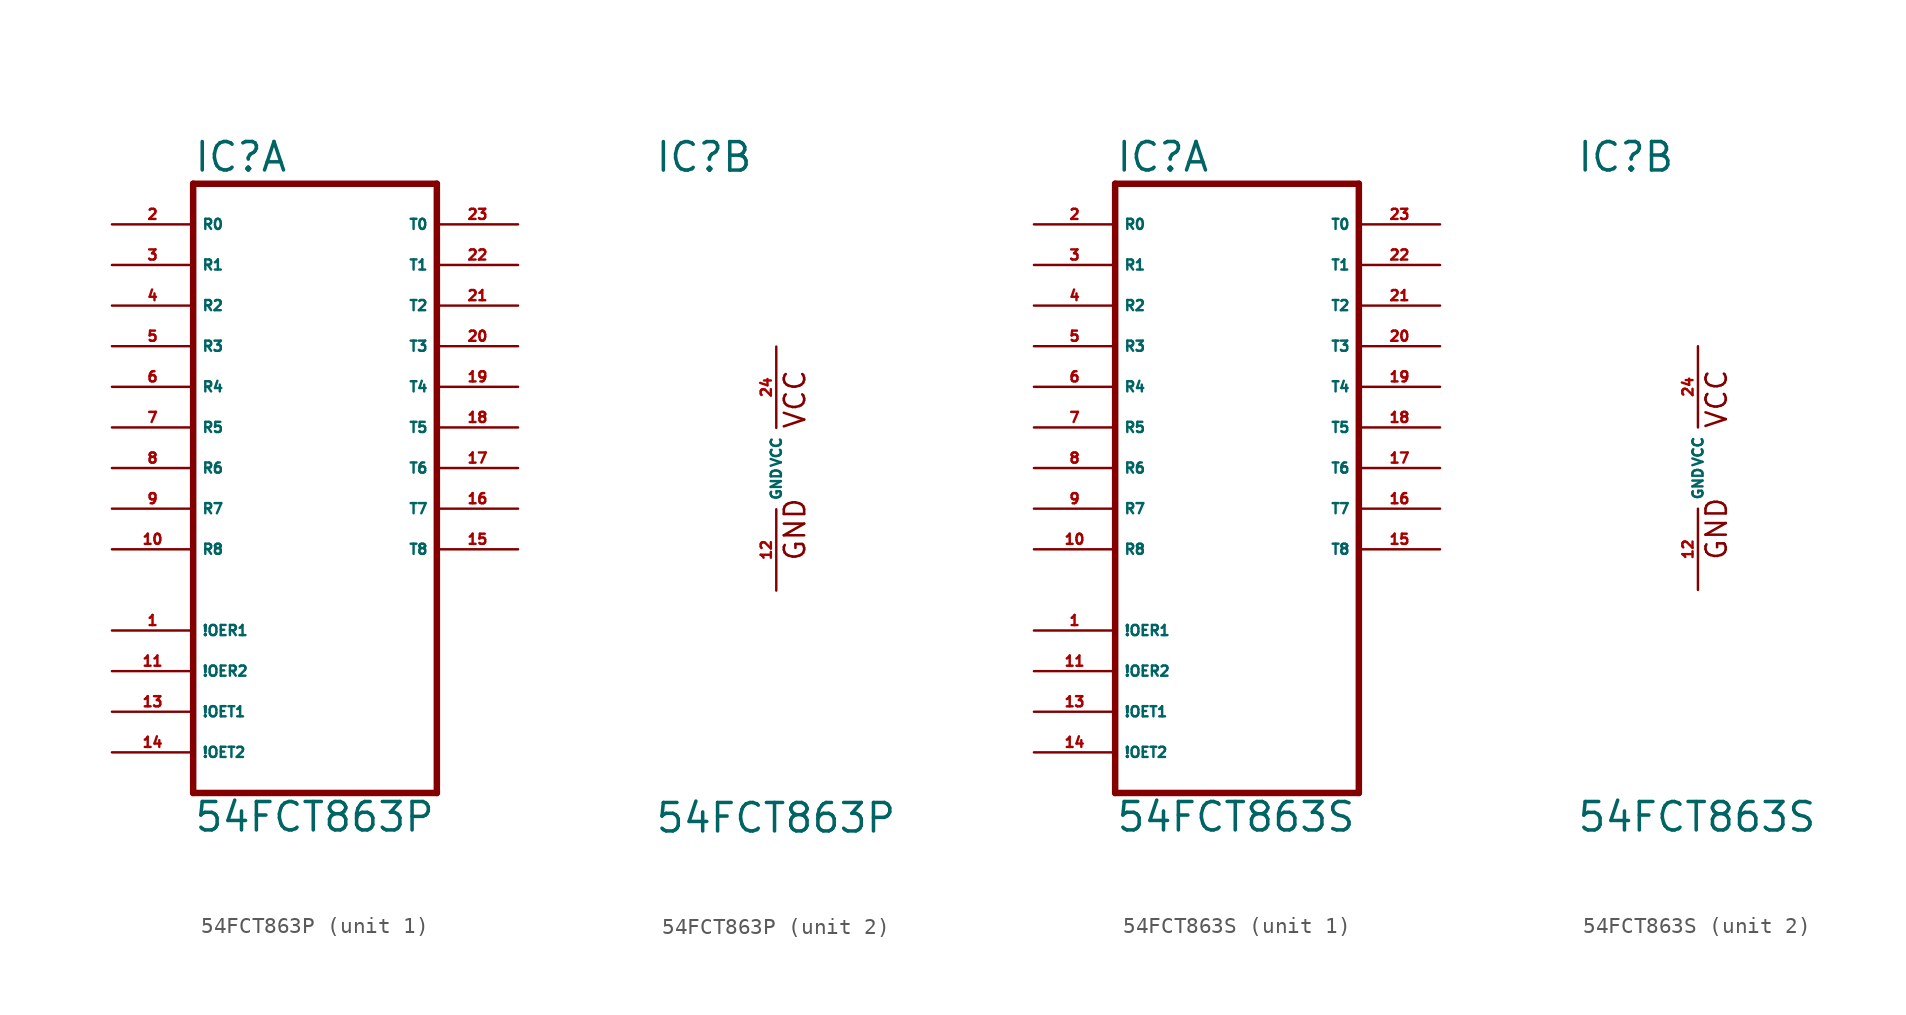
<source format=kicad_sym>
(kicad_symbol_lib
  (version 20220914)
  (generator Eagle2Kicad)
  (symbol "54FCT863P"
    (property "Reference" "IC"
      (at -7.62 18.415 0)
      (effects (font (size 1.778 1.778) (thickness 0.22)) (justify left bottom)))
    (property "Value" "54FCT863P"
      (at -7.62 -22.86 0)
      (effects (font (size 1.778 1.778) (thickness 0.22)) (justify left bottom)))
    (symbol "54FCT863P_1_0"
      (polyline (pts (xy -7.62 -20.32) (xy 7.62 -20.32)) (stroke (width 0.406) (type default)) (fill (type none)))
      (polyline (pts (xy 7.62 -20.32) (xy 7.62 17.78)) (stroke (width 0.406) (type default)) (fill (type none)))
      (polyline (pts (xy 7.62 17.78) (xy -7.62 17.78)) (stroke (width 0.406) (type default)) (fill (type none)))
      (polyline (pts (xy -7.62 17.78) (xy -7.62 -20.32)) (stroke (width 0.406) (type default)) (fill (type none)))
      (pin bidirectional line (at -12.7 15.24 0) (length 5.08) (name "R0" (effects (font (size 0.635 0.635) (thickness 0.08)) (justify left bottom))) (number "2" (effects (font (size 0.635 0.635) (thickness 0.08)) (justify left bottom))))
      (pin bidirectional line (at -12.7 12.7 0) (length 5.08) (name "R1" (effects (font (size 0.635 0.635) (thickness 0.08)) (justify left bottom))) (number "3" (effects (font (size 0.635 0.635) (thickness 0.08)) (justify left bottom))))
      (pin bidirectional line (at -12.7 10.16 0) (length 5.08) (name "R2" (effects (font (size 0.635 0.635) (thickness 0.08)) (justify left bottom))) (number "4" (effects (font (size 0.635 0.635) (thickness 0.08)) (justify left bottom))))
      (pin bidirectional line (at -12.7 7.62 0) (length 5.08) (name "R3" (effects (font (size 0.635 0.635) (thickness 0.08)) (justify left bottom))) (number "5" (effects (font (size 0.635 0.635) (thickness 0.08)) (justify left bottom))))
      (pin bidirectional line (at -12.7 5.08 0) (length 5.08) (name "R4" (effects (font (size 0.635 0.635) (thickness 0.08)) (justify left bottom))) (number "6" (effects (font (size 0.635 0.635) (thickness 0.08)) (justify left bottom))))
      (pin bidirectional line (at -12.7 2.54 0) (length 5.08) (name "R5" (effects (font (size 0.635 0.635) (thickness 0.08)) (justify left bottom))) (number "7" (effects (font (size 0.635 0.635) (thickness 0.08)) (justify left bottom))))
      (pin bidirectional line (at -12.7 0 0) (length 5.08) (name "R6" (effects (font (size 0.635 0.635) (thickness 0.08)) (justify left bottom))) (number "8" (effects (font (size 0.635 0.635) (thickness 0.08)) (justify left bottom))))
      (pin bidirectional line (at -12.7 -2.54 0) (length 5.08) (name "R7" (effects (font (size 0.635 0.635) (thickness 0.08)) (justify left bottom))) (number "9" (effects (font (size 0.635 0.635) (thickness 0.08)) (justify left bottom))))
      (pin bidirectional line (at 12.7 15.24 180) (length 5.08) (name "T0" (effects (font (size 0.635 0.635) (thickness 0.08)) (justify left bottom))) (number "23" (effects (font (size 0.635 0.635) (thickness 0.08)) (justify left bottom))))
      (pin bidirectional line (at 12.7 12.7 180) (length 5.08) (name "T1" (effects (font (size 0.635 0.635) (thickness 0.08)) (justify left bottom))) (number "22" (effects (font (size 0.635 0.635) (thickness 0.08)) (justify left bottom))))
      (pin bidirectional line (at 12.7 10.16 180) (length 5.08) (name "T2" (effects (font (size 0.635 0.635) (thickness 0.08)) (justify left bottom))) (number "21" (effects (font (size 0.635 0.635) (thickness 0.08)) (justify left bottom))))
      (pin bidirectional line (at 12.7 7.62 180) (length 5.08) (name "T3" (effects (font (size 0.635 0.635) (thickness 0.08)) (justify left bottom))) (number "20" (effects (font (size 0.635 0.635) (thickness 0.08)) (justify left bottom))))
      (pin bidirectional line (at 12.7 5.08 180) (length 5.08) (name "T4" (effects (font (size 0.635 0.635) (thickness 0.08)) (justify left bottom))) (number "19" (effects (font (size 0.635 0.635) (thickness 0.08)) (justify left bottom))))
      (pin bidirectional line (at 12.7 2.54 180) (length 5.08) (name "T5" (effects (font (size 0.635 0.635) (thickness 0.08)) (justify left bottom))) (number "18" (effects (font (size 0.635 0.635) (thickness 0.08)) (justify left bottom))))
      (pin bidirectional line (at 12.7 0 180) (length 5.08) (name "T6" (effects (font (size 0.635 0.635) (thickness 0.08)) (justify left bottom))) (number "17" (effects (font (size 0.635 0.635) (thickness 0.08)) (justify left bottom))))
      (pin bidirectional line (at 12.7 -2.54 180) (length 5.08) (name "T7" (effects (font (size 0.635 0.635) (thickness 0.08)) (justify left bottom))) (number "16" (effects (font (size 0.635 0.635) (thickness 0.08)) (justify left bottom))))
      (pin bidirectional line (at -12.7 -5.08 0) (length 5.08) (name "R8" (effects (font (size 0.635 0.635) (thickness 0.08)) (justify left bottom))) (number "10" (effects (font (size 0.635 0.635) (thickness 0.08)) (justify left bottom))))
      (pin input line (at -12.7 -12.7 0) (length 5.08) (name "!OER2" (effects (font (size 0.635 0.635) (thickness 0.08)) (justify left bottom))) (number "11" (effects (font (size 0.635 0.635) (thickness 0.08)) (justify left bottom))))
      (pin input line (at -12.7 -15.24 0) (length 5.08) (name "!OET1" (effects (font (size 0.635 0.635) (thickness 0.08)) (justify left bottom))) (number "13" (effects (font (size 0.635 0.635) (thickness 0.08)) (justify left bottom))))
      (pin input line (at -12.7 -10.16 0) (length 5.08) (name "!OER1" (effects (font (size 0.635 0.635) (thickness 0.08)) (justify left bottom))) (number "1" (effects (font (size 0.635 0.635) (thickness 0.08)) (justify left bottom))))
      (pin input line (at -12.7 -17.78 0) (length 5.08) (name "!OET2" (effects (font (size 0.635 0.635) (thickness 0.08)) (justify left bottom))) (number "14" (effects (font (size 0.635 0.635) (thickness 0.08)) (justify left bottom))))
      (pin bidirectional line (at 12.7 -5.08 180) (length 5.08) (name "T8" (effects (font (size 0.635 0.635) (thickness 0.08)) (justify left bottom))) (number "15" (effects (font (size 0.635 0.635) (thickness 0.08)) (justify left bottom)))))
    (symbol "54FCT863P_2_0"
      (text "GND" (at 1.905 -5.842 900) (effects (font (size 1.27 1.27) (thickness 0.16)) (justify left bottom)))
      (text "VCC" (at 1.905 2.413 900) (effects (font (size 1.27 1.27) (thickness 0.16)) (justify left bottom)))
      (pin unspecified line (at 0 7.62 270) (length 5.08) (name "VCC" (effects (font (size 0.635 0.635) (thickness 0.08)) (justify left bottom))) (number "24" (effects (font (size 0.635 0.635) (thickness 0.08)) (justify left bottom))))
      (pin unspecified line (at 0 -7.62 90) (length 5.08) (name "GND" (effects (font (size 0.635 0.635) (thickness 0.08)) (justify left bottom))) (number "12" (effects (font (size 0.635 0.635) (thickness 0.08)) (justify left bottom))))))
  (symbol "54FCT863S"
    (property "Reference" "IC"
      (at -7.62 18.415 0)
      (effects (font (size 1.778 1.778) (thickness 0.22)) (justify left bottom)))
    (property "Value" "54FCT863S"
      (at -7.62 -22.86 0)
      (effects (font (size 1.778 1.778) (thickness 0.22)) (justify left bottom)))
    (symbol "54FCT863S_1_0"
      (polyline (pts (xy -7.62 -20.32) (xy 7.62 -20.32)) (stroke (width 0.406) (type default)) (fill (type none)))
      (polyline (pts (xy 7.62 -20.32) (xy 7.62 17.78)) (stroke (width 0.406) (type default)) (fill (type none)))
      (polyline (pts (xy 7.62 17.78) (xy -7.62 17.78)) (stroke (width 0.406) (type default)) (fill (type none)))
      (polyline (pts (xy -7.62 17.78) (xy -7.62 -20.32)) (stroke (width 0.406) (type default)) (fill (type none)))
      (pin bidirectional line (at -12.7 15.24 0) (length 5.08) (name "R0" (effects (font (size 0.635 0.635) (thickness 0.08)) (justify left bottom))) (number "2" (effects (font (size 0.635 0.635) (thickness 0.08)) (justify left bottom))))
      (pin bidirectional line (at -12.7 12.7 0) (length 5.08) (name "R1" (effects (font (size 0.635 0.635) (thickness 0.08)) (justify left bottom))) (number "3" (effects (font (size 0.635 0.635) (thickness 0.08)) (justify left bottom))))
      (pin bidirectional line (at -12.7 10.16 0) (length 5.08) (name "R2" (effects (font (size 0.635 0.635) (thickness 0.08)) (justify left bottom))) (number "4" (effects (font (size 0.635 0.635) (thickness 0.08)) (justify left bottom))))
      (pin bidirectional line (at -12.7 7.62 0) (length 5.08) (name "R3" (effects (font (size 0.635 0.635) (thickness 0.08)) (justify left bottom))) (number "5" (effects (font (size 0.635 0.635) (thickness 0.08)) (justify left bottom))))
      (pin bidirectional line (at -12.7 5.08 0) (length 5.08) (name "R4" (effects (font (size 0.635 0.635) (thickness 0.08)) (justify left bottom))) (number "6" (effects (font (size 0.635 0.635) (thickness 0.08)) (justify left bottom))))
      (pin bidirectional line (at -12.7 2.54 0) (length 5.08) (name "R5" (effects (font (size 0.635 0.635) (thickness 0.08)) (justify left bottom))) (number "7" (effects (font (size 0.635 0.635) (thickness 0.08)) (justify left bottom))))
      (pin bidirectional line (at -12.7 0 0) (length 5.08) (name "R6" (effects (font (size 0.635 0.635) (thickness 0.08)) (justify left bottom))) (number "8" (effects (font (size 0.635 0.635) (thickness 0.08)) (justify left bottom))))
      (pin bidirectional line (at -12.7 -2.54 0) (length 5.08) (name "R7" (effects (font (size 0.635 0.635) (thickness 0.08)) (justify left bottom))) (number "9" (effects (font (size 0.635 0.635) (thickness 0.08)) (justify left bottom))))
      (pin bidirectional line (at 12.7 15.24 180) (length 5.08) (name "T0" (effects (font (size 0.635 0.635) (thickness 0.08)) (justify left bottom))) (number "23" (effects (font (size 0.635 0.635) (thickness 0.08)) (justify left bottom))))
      (pin bidirectional line (at 12.7 12.7 180) (length 5.08) (name "T1" (effects (font (size 0.635 0.635) (thickness 0.08)) (justify left bottom))) (number "22" (effects (font (size 0.635 0.635) (thickness 0.08)) (justify left bottom))))
      (pin bidirectional line (at 12.7 10.16 180) (length 5.08) (name "T2" (effects (font (size 0.635 0.635) (thickness 0.08)) (justify left bottom))) (number "21" (effects (font (size 0.635 0.635) (thickness 0.08)) (justify left bottom))))
      (pin bidirectional line (at 12.7 7.62 180) (length 5.08) (name "T3" (effects (font (size 0.635 0.635) (thickness 0.08)) (justify left bottom))) (number "20" (effects (font (size 0.635 0.635) (thickness 0.08)) (justify left bottom))))
      (pin bidirectional line (at 12.7 5.08 180) (length 5.08) (name "T4" (effects (font (size 0.635 0.635) (thickness 0.08)) (justify left bottom))) (number "19" (effects (font (size 0.635 0.635) (thickness 0.08)) (justify left bottom))))
      (pin bidirectional line (at 12.7 2.54 180) (length 5.08) (name "T5" (effects (font (size 0.635 0.635) (thickness 0.08)) (justify left bottom))) (number "18" (effects (font (size 0.635 0.635) (thickness 0.08)) (justify left bottom))))
      (pin bidirectional line (at 12.7 0 180) (length 5.08) (name "T6" (effects (font (size 0.635 0.635) (thickness 0.08)) (justify left bottom))) (number "17" (effects (font (size 0.635 0.635) (thickness 0.08)) (justify left bottom))))
      (pin bidirectional line (at 12.7 -2.54 180) (length 5.08) (name "T7" (effects (font (size 0.635 0.635) (thickness 0.08)) (justify left bottom))) (number "16" (effects (font (size 0.635 0.635) (thickness 0.08)) (justify left bottom))))
      (pin bidirectional line (at -12.7 -5.08 0) (length 5.08) (name "R8" (effects (font (size 0.635 0.635) (thickness 0.08)) (justify left bottom))) (number "10" (effects (font (size 0.635 0.635) (thickness 0.08)) (justify left bottom))))
      (pin input line (at -12.7 -12.7 0) (length 5.08) (name "!OER2" (effects (font (size 0.635 0.635) (thickness 0.08)) (justify left bottom))) (number "11" (effects (font (size 0.635 0.635) (thickness 0.08)) (justify left bottom))))
      (pin input line (at -12.7 -15.24 0) (length 5.08) (name "!OET1" (effects (font (size 0.635 0.635) (thickness 0.08)) (justify left bottom))) (number "13" (effects (font (size 0.635 0.635) (thickness 0.08)) (justify left bottom))))
      (pin input line (at -12.7 -10.16 0) (length 5.08) (name "!OER1" (effects (font (size 0.635 0.635) (thickness 0.08)) (justify left bottom))) (number "1" (effects (font (size 0.635 0.635) (thickness 0.08)) (justify left bottom))))
      (pin input line (at -12.7 -17.78 0) (length 5.08) (name "!OET2" (effects (font (size 0.635 0.635) (thickness 0.08)) (justify left bottom))) (number "14" (effects (font (size 0.635 0.635) (thickness 0.08)) (justify left bottom))))
      (pin bidirectional line (at 12.7 -5.08 180) (length 5.08) (name "T8" (effects (font (size 0.635 0.635) (thickness 0.08)) (justify left bottom))) (number "15" (effects (font (size 0.635 0.635) (thickness 0.08)) (justify left bottom)))))
    (symbol "54FCT863S_2_0"
      (text "GND" (at 1.905 -5.842 900) (effects (font (size 1.27 1.27) (thickness 0.16)) (justify left bottom)))
      (text "VCC" (at 1.905 2.413 900) (effects (font (size 1.27 1.27) (thickness 0.16)) (justify left bottom)))
      (pin unspecified line (at 0 7.62 270) (length 5.08) (name "VCC" (effects (font (size 0.635 0.635) (thickness 0.08)) (justify left bottom))) (number "24" (effects (font (size 0.635 0.635) (thickness 0.08)) (justify left bottom))))
      (pin unspecified line (at 0 -7.62 90) (length 5.08) (name "GND" (effects (font (size 0.635 0.635) (thickness 0.08)) (justify left bottom))) (number "12" (effects (font (size 0.635 0.635) (thickness 0.08)) (justify left bottom)))))))
</source>
